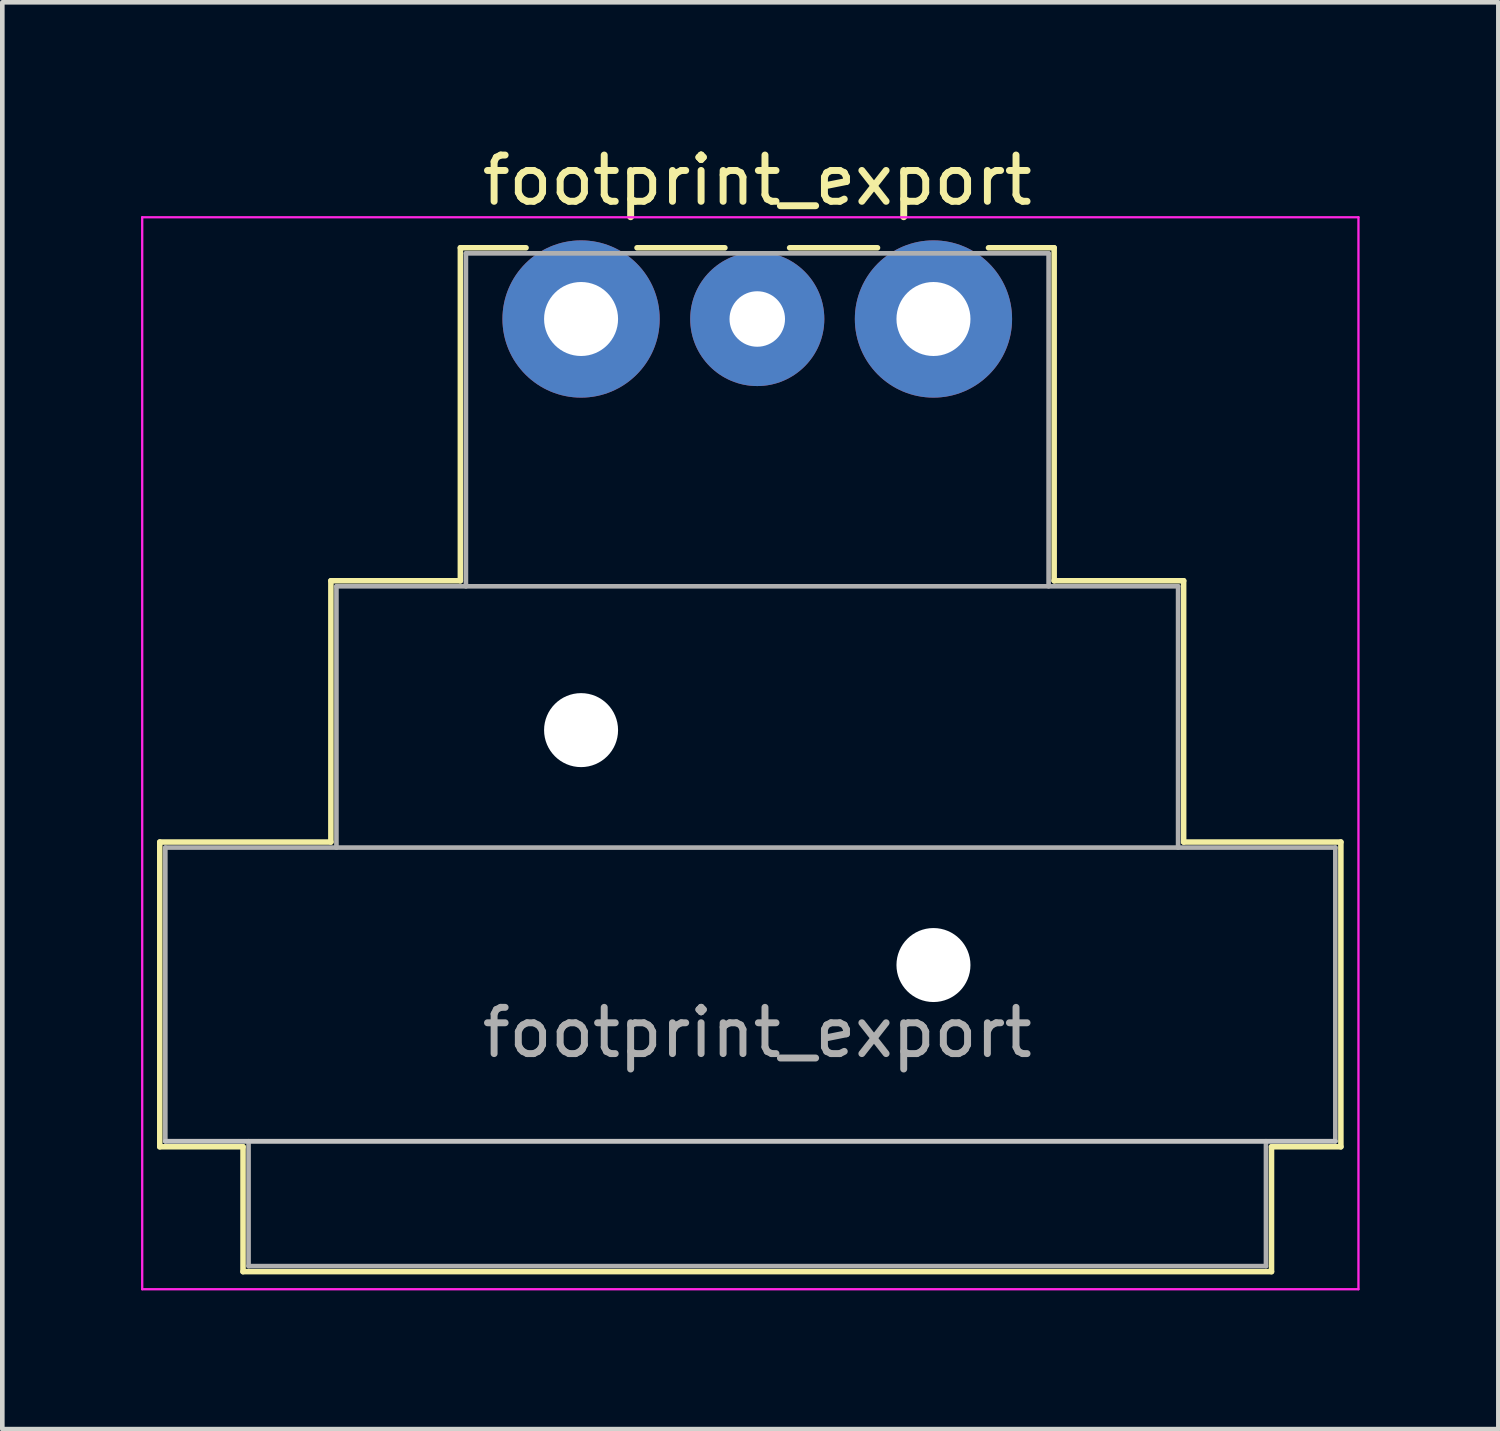
<source format=kicad_pcb>
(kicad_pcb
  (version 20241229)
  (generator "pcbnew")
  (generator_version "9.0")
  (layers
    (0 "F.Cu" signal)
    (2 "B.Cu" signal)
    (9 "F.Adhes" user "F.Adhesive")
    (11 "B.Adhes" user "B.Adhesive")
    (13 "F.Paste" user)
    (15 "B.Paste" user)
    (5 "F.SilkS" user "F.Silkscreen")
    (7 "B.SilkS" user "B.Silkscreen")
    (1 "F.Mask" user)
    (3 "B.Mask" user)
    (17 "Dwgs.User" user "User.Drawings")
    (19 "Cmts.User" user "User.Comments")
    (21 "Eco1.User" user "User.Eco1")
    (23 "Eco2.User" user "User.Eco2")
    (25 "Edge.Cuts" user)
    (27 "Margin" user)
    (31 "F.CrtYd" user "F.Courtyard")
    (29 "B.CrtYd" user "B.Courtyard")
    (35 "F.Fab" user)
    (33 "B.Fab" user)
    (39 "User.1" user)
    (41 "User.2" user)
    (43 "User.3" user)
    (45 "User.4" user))
  (footprint "footprint_export"
    (layer "F.Cu")
    (at 9.515 3.848)
    (property "Reference" "footprint_export" (at 3.81 -3 0) (layer "F.SilkS") (effects (font (size 1 1) (thickness 0.15))))
    (attr through_hole)
    (fp_line (start -9.11 11.31) (end -5.41 11.31) (stroke (width 0.12) (type solid)) (layer "F.SilkS"))
    (fp_line (start -9.11 17.9) (end -9.11 11.31) (stroke (width 0.12) (type solid)) (layer "F.SilkS"))
    (fp_line (start -7.31 17.9) (end -9.11 17.9) (stroke (width 0.12) (type solid)) (layer "F.SilkS"))
    (fp_line (start -7.31 17.9) (end -7.31 20.6) (stroke (width 0.12) (type solid)) (layer "F.SilkS"))
    (fp_line (start -5.41 11.31) (end -5.41 5.66) (stroke (width 0.12) (type solid)) (layer "F.SilkS"))
    (fp_line (start -2.61 5.66) (end -5.41 5.66) (stroke (width 0.12) (type solid)) (layer "F.SilkS"))
    (fp_line (start -2.61 5.66) (end -2.61 -1.54) (stroke (width 0.12) (type solid)) (layer "F.SilkS"))
    (fp_line (start -1.19 -1.54) (end -2.61 -1.54) (stroke (width 0.12) (type solid)) (layer "F.SilkS"))
    (fp_line (start 3.11 -1.54) (end 1.21 -1.54) (stroke (width 0.12) (type solid)) (layer "F.SilkS"))
    (fp_line (start 4.51 -1.54) (end 6.41 -1.54) (stroke (width 0.12) (type solid)) (layer "F.SilkS"))
    (fp_line (start 10.23 -1.54) (end 8.81 -1.54) (stroke (width 0.12) (type solid)) (layer "F.SilkS"))
    (fp_line (start 10.23 5.66) (end 10.23 -1.54) (stroke (width 0.12) (type solid)) (layer "F.SilkS"))
    (fp_line (start 10.23 5.66) (end 13.03 5.66) (stroke (width 0.12) (type solid)) (layer "F.SilkS"))
    (fp_line (start 13.03 11.31) (end 13.03 5.66) (stroke (width 0.12) (type solid)) (layer "F.SilkS"))
    (fp_line (start 13.03 11.31) (end 16.43 11.31) (stroke (width 0.12) (type solid)) (layer "F.SilkS"))
    (fp_line (start 14.93 17.9) (end 14.93 20.6) (stroke (width 0.12) (type solid)) (layer "F.SilkS"))
    (fp_line (start 14.93 20.6) (end -7.31 20.6) (stroke (width 0.12) (type solid)) (layer "F.SilkS"))
    (fp_line (start 16.43 17.9) (end 14.93 17.9) (stroke (width 0.12) (type solid)) (layer "F.SilkS"))
    (fp_line (start 16.43 17.9) (end 16.43 11.31) (stroke (width 0.12) (type solid)) (layer "F.SilkS"))
    (fp_line (start 16.31 17.78) (end -8.99 17.78) (stroke (width 0.1) (type solid)) (layer "Dwgs.User"))
    (fp_line (start -9.49 20.98) (end -9.49 -2.2) (stroke (width 0.05) (type solid)) (layer "F.CrtYd"))
    (fp_line (start 16.81 -2.2) (end -9.49 -2.2) (stroke (width 0.05) (type solid)) (layer "F.CrtYd"))
    (fp_line (start 16.81 20.98) (end -9.49 20.98) (stroke (width 0.05) (type solid)) (layer "F.CrtYd"))
    (fp_line (start 16.81 20.98) (end 16.81 -2.2) (stroke (width 0.05) (type solid)) (layer "F.CrtYd"))
    (fp_line (start -8.99 11.43) (end 16.31 11.43) (stroke (width 0.1) (type solid)) (layer "F.Fab"))
    (fp_line (start -8.99 17.78) (end -8.99 11.43) (stroke (width 0.1) (type solid)) (layer "F.Fab"))
    (fp_line (start -7.19 20.48) (end -7.19 17.78) (stroke (width 0.1) (type solid)) (layer "F.Fab"))
    (fp_line (start -5.29 5.78) (end -5.29 11.43) (stroke (width 0.1) (type solid)) (layer "F.Fab"))
    (fp_line (start -5.29 5.78) (end 12.91 5.78) (stroke (width 0.1) (type solid)) (layer "F.Fab"))
    (fp_line (start -2.49 5.78) (end -2.49 -1.42) (stroke (width 0.1) (type solid)) (layer "F.Fab"))
    (fp_line (start 10.11 -1.42) (end -2.49 -1.42) (stroke (width 0.1) (type solid)) (layer "F.Fab"))
    (fp_line (start 10.11 5.78) (end 10.11 -1.42) (stroke (width 0.1) (type solid)) (layer "F.Fab"))
    (fp_line (start 12.91 11.43) (end 12.91 5.78) (stroke (width 0.1) (type solid)) (layer "F.Fab"))
    (fp_line (start 14.81 17.78) (end 14.81 20.48) (stroke (width 0.1) (type solid)) (layer "F.Fab"))
    (fp_line (start 14.81 20.48) (end -7.19 20.48) (stroke (width 0.1) (type solid)) (layer "F.Fab"))
    (fp_line (start 16.31 11.43) (end 16.31 17.78) (stroke (width 0.1) (type solid)) (layer "F.Fab"))
    (fp_line (start 16.31 17.78) (end -8.99 17.78) (stroke (width 0.1) (type solid)) (layer "F.Fab"))
    (fp_text user "${REFERENCE}" (at 3.81 15.43 0) (layer "F.Fab") (effects (font (size 1 1) (thickness 0.15))))
    (pad "" np_thru_hole circle (at 0 8.89) (size 1.6 1.6) (drill 1.6) (layers "*.Cu" "*.Mask"))
    (pad "" np_thru_hole circle (at 7.62 13.97) (size 1.6 1.6) (drill 1.6) (layers "*.Cu" "*.Mask"))
    (pad "1" thru_hole circle (at 0 0) (size 3.4 3.4) (drill 1.6) (layers "*.Cu" "*.Mask"))
    (pad "2" thru_hole circle (at 7.62 0) (size 3.4 3.4) (drill 1.6) (layers "*.Cu" "*.Mask"))
    (pad "3" thru_hole circle (at 3.81 0) (size 2.9 2.9) (drill 1.2) (layers "*.Cu" "*.Mask")))
  (gr_rect
    (start -3 -3)
    (end 29.35 27.853)
    (stroke (width 0.1) (type default))
    (fill no)
    (layer "Edge.Cuts")))
</source>
